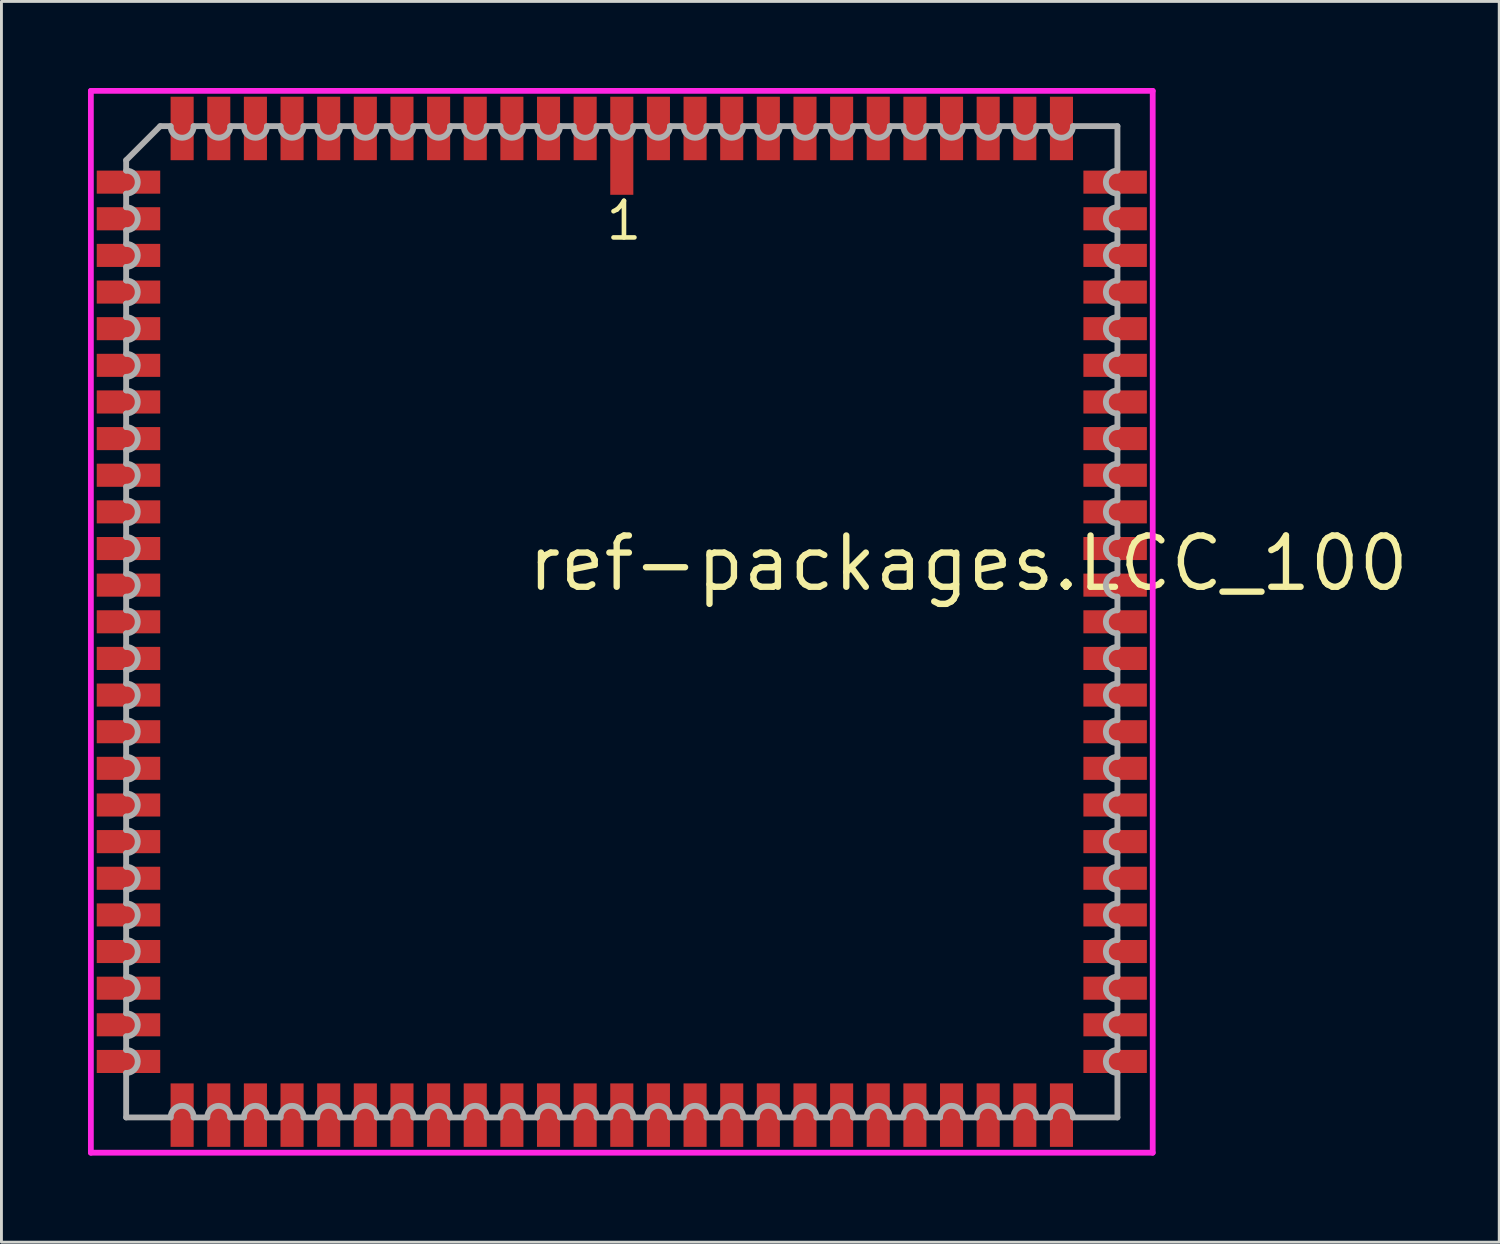
<source format=kicad_pcb>
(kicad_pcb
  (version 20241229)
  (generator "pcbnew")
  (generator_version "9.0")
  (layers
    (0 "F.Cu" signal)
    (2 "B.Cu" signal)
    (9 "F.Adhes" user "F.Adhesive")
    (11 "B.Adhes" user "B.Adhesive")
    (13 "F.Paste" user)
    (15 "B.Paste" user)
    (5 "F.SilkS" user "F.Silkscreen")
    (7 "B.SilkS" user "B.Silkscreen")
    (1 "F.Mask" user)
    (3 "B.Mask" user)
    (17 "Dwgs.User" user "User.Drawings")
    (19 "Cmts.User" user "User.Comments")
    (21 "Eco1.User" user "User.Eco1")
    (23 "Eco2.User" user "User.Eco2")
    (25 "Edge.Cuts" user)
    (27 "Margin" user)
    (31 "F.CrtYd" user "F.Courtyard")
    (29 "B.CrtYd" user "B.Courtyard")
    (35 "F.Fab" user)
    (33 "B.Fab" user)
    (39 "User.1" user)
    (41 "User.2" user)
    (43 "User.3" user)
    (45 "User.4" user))
  (footprint "ref-packages.LCC_100"
    (layer "F.Cu")
    (at 18.503 18.503)
    (property "Reference" "ref-packages.LCC_100" (at -3.37 -0.985 0) (layer "F.SilkS") (effects (font (size 1.778 1.778) (thickness 0.22)) (justify left bottom)))
    (attr smd)
    (fp_line (start -18.403 -18.403) (end 18.403 -18.403) (stroke (width 0.2) (type default)) (layer "F.CrtYd"))
    (fp_line (start -18.403 18.403) (end -18.403 -18.403) (stroke (width 0.2) (type default)) (layer "F.CrtYd"))
    (fp_line (start 18.403 -18.403) (end 18.403 18.403) (stroke (width 0.2) (type default)) (layer "F.CrtYd"))
    (fp_line (start 18.403 18.403) (end -18.403 18.403) (stroke (width 0.2) (type default)) (layer "F.CrtYd"))
    (fp_line (start -17.18 -16) (end -17.18 -15.64) (stroke (width 0.203) (type default)) (layer "F.Fab"))
    (fp_line (start -17.18 -14.84) (end -17.18 -14.37) (stroke (width 0.203) (type default)) (layer "F.Fab"))
    (fp_line (start -17.18 -13.57) (end -17.18 -13.1) (stroke (width 0.203) (type default)) (layer "F.Fab"))
    (fp_line (start -17.18 -12.3) (end -17.18 -11.83) (stroke (width 0.203) (type default)) (layer "F.Fab"))
    (fp_line (start -17.18 -11.03) (end -17.18 -10.56) (stroke (width 0.203) (type default)) (layer "F.Fab"))
    (fp_line (start -17.18 -9.76) (end -17.18 -9.29) (stroke (width 0.203) (type default)) (layer "F.Fab"))
    (fp_line (start -17.18 -8.49) (end -17.18 -8.02) (stroke (width 0.203) (type default)) (layer "F.Fab"))
    (fp_line (start -17.18 -7.22) (end -17.18 -6.75) (stroke (width 0.203) (type default)) (layer "F.Fab"))
    (fp_line (start -17.18 -5.95) (end -17.18 -5.48) (stroke (width 0.203) (type default)) (layer "F.Fab"))
    (fp_line (start -17.18 -4.68) (end -17.18 -4.21) (stroke (width 0.203) (type default)) (layer "F.Fab"))
    (fp_line (start -17.18 -3.41) (end -17.18 -2.94) (stroke (width 0.203) (type default)) (layer "F.Fab"))
    (fp_line (start -17.18 -2.14) (end -17.18 -1.67) (stroke (width 0.203) (type default)) (layer "F.Fab"))
    (fp_line (start -17.18 -0.87) (end -17.18 -0.4) (stroke (width 0.203) (type default)) (layer "F.Fab"))
    (fp_line (start -17.18 0.4) (end -17.18 0.87) (stroke (width 0.203) (type default)) (layer "F.Fab"))
    (fp_line (start -17.18 1.67) (end -17.18 2.14) (stroke (width 0.203) (type default)) (layer "F.Fab"))
    (fp_line (start -17.18 2.94) (end -17.18 3.41) (stroke (width 0.203) (type default)) (layer "F.Fab"))
    (fp_line (start -17.18 4.21) (end -17.18 4.68) (stroke (width 0.203) (type default)) (layer "F.Fab"))
    (fp_line (start -17.18 5.48) (end -17.18 5.95) (stroke (width 0.203) (type default)) (layer "F.Fab"))
    (fp_line (start -17.18 6.75) (end -17.18 7.22) (stroke (width 0.203) (type default)) (layer "F.Fab"))
    (fp_line (start -17.18 8.02) (end -17.18 8.49) (stroke (width 0.203) (type default)) (layer "F.Fab"))
    (fp_line (start -17.18 9.29) (end -17.18 9.76) (stroke (width 0.203) (type default)) (layer "F.Fab"))
    (fp_line (start -17.18 10.56) (end -17.18 11.03) (stroke (width 0.203) (type default)) (layer "F.Fab"))
    (fp_line (start -17.18 11.83) (end -17.18 12.3) (stroke (width 0.203) (type default)) (layer "F.Fab"))
    (fp_line (start -17.18 13.1) (end -17.18 13.57) (stroke (width 0.203) (type default)) (layer "F.Fab"))
    (fp_line (start -17.18 14.37) (end -17.18 14.84) (stroke (width 0.203) (type default)) (layer "F.Fab"))
    (fp_line (start -17.18 15.64) (end -17.18 17.18) (stroke (width 0.203) (type default)) (layer "F.Fab"))
    (fp_line (start -17.18 17.18) (end -15.64 17.18) (stroke (width 0.203) (type default)) (layer "F.Fab"))
    (fp_line (start -16 -17.18) (end -17.18 -16) (stroke (width 0.203) (type default)) (layer "F.Fab"))
    (fp_line (start -15.64 -17.18) (end -16 -17.18) (stroke (width 0.203) (type default)) (layer "F.Fab"))
    (fp_line (start -14.84 17.18) (end -14.37 17.18) (stroke (width 0.203) (type default)) (layer "F.Fab"))
    (fp_line (start -14.37 -17.18) (end -14.84 -17.18) (stroke (width 0.203) (type default)) (layer "F.Fab"))
    (fp_line (start -13.57 17.18) (end -13.1 17.18) (stroke (width 0.203) (type default)) (layer "F.Fab"))
    (fp_line (start -13.1 -17.18) (end -13.57 -17.18) (stroke (width 0.203) (type default)) (layer "F.Fab"))
    (fp_line (start -12.3 17.18) (end -11.83 17.18) (stroke (width 0.203) (type default)) (layer "F.Fab"))
    (fp_line (start -11.83 -17.18) (end -12.3 -17.18) (stroke (width 0.203) (type default)) (layer "F.Fab"))
    (fp_line (start -11.03 17.18) (end -10.56 17.18) (stroke (width 0.203) (type default)) (layer "F.Fab"))
    (fp_line (start -10.56 -17.18) (end -11.03 -17.18) (stroke (width 0.203) (type default)) (layer "F.Fab"))
    (fp_line (start -9.76 17.18) (end -9.29 17.18) (stroke (width 0.203) (type default)) (layer "F.Fab"))
    (fp_line (start -9.29 -17.18) (end -9.76 -17.18) (stroke (width 0.203) (type default)) (layer "F.Fab"))
    (fp_line (start -8.49 17.18) (end -8.02 17.18) (stroke (width 0.203) (type default)) (layer "F.Fab"))
    (fp_line (start -8.02 -17.18) (end -8.49 -17.18) (stroke (width 0.203) (type default)) (layer "F.Fab"))
    (fp_line (start -7.22 17.18) (end -6.75 17.18) (stroke (width 0.203) (type default)) (layer "F.Fab"))
    (fp_line (start -6.75 -17.18) (end -7.22 -17.18) (stroke (width 0.203) (type default)) (layer "F.Fab"))
    (fp_line (start -5.95 17.18) (end -5.48 17.18) (stroke (width 0.203) (type default)) (layer "F.Fab"))
    (fp_line (start -5.48 -17.18) (end -5.95 -17.18) (stroke (width 0.203) (type default)) (layer "F.Fab"))
    (fp_line (start -4.68 17.18) (end -4.21 17.18) (stroke (width 0.203) (type default)) (layer "F.Fab"))
    (fp_line (start -4.21 -17.18) (end -4.68 -17.18) (stroke (width 0.203) (type default)) (layer "F.Fab"))
    (fp_line (start -3.41 17.18) (end -2.94 17.18) (stroke (width 0.203) (type default)) (layer "F.Fab"))
    (fp_line (start -2.94 -17.18) (end -3.41 -17.18) (stroke (width 0.203) (type default)) (layer "F.Fab"))
    (fp_line (start -2.14 17.18) (end -1.67 17.18) (stroke (width 0.203) (type default)) (layer "F.Fab"))
    (fp_line (start -1.67 -17.18) (end -2.14 -17.18) (stroke (width 0.203) (type default)) (layer "F.Fab"))
    (fp_line (start -0.87 17.18) (end -0.4 17.18) (stroke (width 0.203) (type default)) (layer "F.Fab"))
    (fp_line (start -0.4 -17.18) (end -0.87 -17.18) (stroke (width 0.203) (type default)) (layer "F.Fab"))
    (fp_line (start 0.4 17.18) (end 0.87 17.18) (stroke (width 0.203) (type default)) (layer "F.Fab"))
    (fp_line (start 0.87 -17.18) (end 0.4 -17.18) (stroke (width 0.203) (type default)) (layer "F.Fab"))
    (fp_line (start 1.67 17.18) (end 2.14 17.18) (stroke (width 0.203) (type default)) (layer "F.Fab"))
    (fp_line (start 2.14 -17.18) (end 1.67 -17.18) (stroke (width 0.203) (type default)) (layer "F.Fab"))
    (fp_line (start 2.94 17.18) (end 3.41 17.18) (stroke (width 0.203) (type default)) (layer "F.Fab"))
    (fp_line (start 3.41 -17.18) (end 2.94 -17.18) (stroke (width 0.203) (type default)) (layer "F.Fab"))
    (fp_line (start 4.21 17.18) (end 4.68 17.18) (stroke (width 0.203) (type default)) (layer "F.Fab"))
    (fp_line (start 4.68 -17.18) (end 4.21 -17.18) (stroke (width 0.203) (type default)) (layer "F.Fab"))
    (fp_line (start 5.48 17.18) (end 5.95 17.18) (stroke (width 0.203) (type default)) (layer "F.Fab"))
    (fp_line (start 5.95 -17.18) (end 5.48 -17.18) (stroke (width 0.203) (type default)) (layer "F.Fab"))
    (fp_line (start 6.75 17.18) (end 7.22 17.18) (stroke (width 0.203) (type default)) (layer "F.Fab"))
    (fp_line (start 7.22 -17.18) (end 6.75 -17.18) (stroke (width 0.203) (type default)) (layer "F.Fab"))
    (fp_line (start 8.02 17.18) (end 8.49 17.18) (stroke (width 0.203) (type default)) (layer "F.Fab"))
    (fp_line (start 8.49 -17.18) (end 8.02 -17.18) (stroke (width 0.203) (type default)) (layer "F.Fab"))
    (fp_line (start 9.29 17.18) (end 9.76 17.18) (stroke (width 0.203) (type default)) (layer "F.Fab"))
    (fp_line (start 9.76 -17.18) (end 9.29 -17.18) (stroke (width 0.203) (type default)) (layer "F.Fab"))
    (fp_line (start 10.56 17.18) (end 11.03 17.18) (stroke (width 0.203) (type default)) (layer "F.Fab"))
    (fp_line (start 11.03 -17.18) (end 10.56 -17.18) (stroke (width 0.203) (type default)) (layer "F.Fab"))
    (fp_line (start 11.83 17.18) (end 12.3 17.18) (stroke (width 0.203) (type default)) (layer "F.Fab"))
    (fp_line (start 12.3 -17.18) (end 11.83 -17.18) (stroke (width 0.203) (type default)) (layer "F.Fab"))
    (fp_line (start 13.1 17.18) (end 13.57 17.18) (stroke (width 0.203) (type default)) (layer "F.Fab"))
    (fp_line (start 13.57 -17.18) (end 13.1 -17.18) (stroke (width 0.203) (type default)) (layer "F.Fab"))
    (fp_line (start 14.37 17.18) (end 14.84 17.18) (stroke (width 0.203) (type default)) (layer "F.Fab"))
    (fp_line (start 14.84 -17.18) (end 14.37 -17.18) (stroke (width 0.203) (type default)) (layer "F.Fab"))
    (fp_line (start 15.64 17.18) (end 17.18 17.18) (stroke (width 0.203) (type default)) (layer "F.Fab"))
    (fp_line (start 17.18 -17.18) (end 15.64 -17.18) (stroke (width 0.203) (type default)) (layer "F.Fab"))
    (fp_line (start 17.18 -15.64) (end 17.18 -17.18) (stroke (width 0.203) (type default)) (layer "F.Fab"))
    (fp_line (start 17.18 -14.37) (end 17.18 -14.84) (stroke (width 0.203) (type default)) (layer "F.Fab"))
    (fp_line (start 17.18 -13.1) (end 17.18 -13.57) (stroke (width 0.203) (type default)) (layer "F.Fab"))
    (fp_line (start 17.18 -11.83) (end 17.18 -12.3) (stroke (width 0.203) (type default)) (layer "F.Fab"))
    (fp_line (start 17.18 -10.56) (end 17.18 -11.03) (stroke (width 0.203) (type default)) (layer "F.Fab"))
    (fp_line (start 17.18 -9.29) (end 17.18 -9.76) (stroke (width 0.203) (type default)) (layer "F.Fab"))
    (fp_line (start 17.18 -8.02) (end 17.18 -8.49) (stroke (width 0.203) (type default)) (layer "F.Fab"))
    (fp_line (start 17.18 -6.75) (end 17.18 -7.22) (stroke (width 0.203) (type default)) (layer "F.Fab"))
    (fp_line (start 17.18 -5.48) (end 17.18 -5.95) (stroke (width 0.203) (type default)) (layer "F.Fab"))
    (fp_line (start 17.18 -4.21) (end 17.18 -4.68) (stroke (width 0.203) (type default)) (layer "F.Fab"))
    (fp_line (start 17.18 -2.94) (end 17.18 -3.41) (stroke (width 0.203) (type default)) (layer "F.Fab"))
    (fp_line (start 17.18 -1.67) (end 17.18 -2.14) (stroke (width 0.203) (type default)) (layer "F.Fab"))
    (fp_line (start 17.18 -0.4) (end 17.18 -0.87) (stroke (width 0.203) (type default)) (layer "F.Fab"))
    (fp_line (start 17.18 0.87) (end 17.18 0.4) (stroke (width 0.203) (type default)) (layer "F.Fab"))
    (fp_line (start 17.18 2.14) (end 17.18 1.67) (stroke (width 0.203) (type default)) (layer "F.Fab"))
    (fp_line (start 17.18 3.41) (end 17.18 2.94) (stroke (width 0.203) (type default)) (layer "F.Fab"))
    (fp_line (start 17.18 4.68) (end 17.18 4.21) (stroke (width 0.203) (type default)) (layer "F.Fab"))
    (fp_line (start 17.18 5.95) (end 17.18 5.48) (stroke (width 0.203) (type default)) (layer "F.Fab"))
    (fp_line (start 17.18 7.22) (end 17.18 6.75) (stroke (width 0.203) (type default)) (layer "F.Fab"))
    (fp_line (start 17.18 8.49) (end 17.18 8.02) (stroke (width 0.203) (type default)) (layer "F.Fab"))
    (fp_line (start 17.18 9.76) (end 17.18 9.29) (stroke (width 0.203) (type default)) (layer "F.Fab"))
    (fp_line (start 17.18 11.03) (end 17.18 10.56) (stroke (width 0.203) (type default)) (layer "F.Fab"))
    (fp_line (start 17.18 12.3) (end 17.18 11.83) (stroke (width 0.203) (type default)) (layer "F.Fab"))
    (fp_line (start 17.18 13.57) (end 17.18 13.1) (stroke (width 0.203) (type default)) (layer "F.Fab"))
    (fp_line (start 17.18 14.84) (end 17.18 14.37) (stroke (width 0.203) (type default)) (layer "F.Fab"))
    (fp_line (start 17.18 17.18) (end 17.18 15.64) (stroke (width 0.203) (type default)) (layer "F.Fab"))
    (fp_arc (start -17.1783 -15.64) (mid -16.7783 -15.24) (end -17.1783 -14.84) (stroke (width 0.2032) (type default)) (layer "F.Fab"))
    (fp_arc (start -17.1783 -14.37) (mid -16.7783 -13.97) (end -17.1783 -13.57) (stroke (width 0.2032) (type default)) (layer "F.Fab"))
    (fp_arc (start -17.1783 -13.1) (mid -16.7783 -12.7) (end -17.1783 -12.3) (stroke (width 0.2032) (type default)) (layer "F.Fab"))
    (fp_arc (start -17.1783 -11.83) (mid -16.7783 -11.43) (end -17.1783 -11.03) (stroke (width 0.2032) (type default)) (layer "F.Fab"))
    (fp_arc (start -17.1783 -10.56) (mid -16.7783 -10.16) (end -17.1783 -9.76) (stroke (width 0.2032) (type default)) (layer "F.Fab"))
    (fp_arc (start -17.1783 -9.29) (mid -16.7783 -8.89) (end -17.1783 -8.49) (stroke (width 0.2032) (type default)) (layer "F.Fab"))
    (fp_arc (start -17.1783 -8.02) (mid -16.7783 -7.62) (end -17.1783 -7.22) (stroke (width 0.2032) (type default)) (layer "F.Fab"))
    (fp_arc (start -17.1783 -6.75) (mid -16.7783 -6.35) (end -17.1783 -5.95) (stroke (width 0.2032) (type default)) (layer "F.Fab"))
    (fp_arc (start -17.1783 -5.48) (mid -16.7783 -5.08) (end -17.1783 -4.68) (stroke (width 0.2032) (type default)) (layer "F.Fab"))
    (fp_arc (start -17.1783 -4.21) (mid -16.7783 -3.81) (end -17.1783 -3.41) (stroke (width 0.2032) (type default)) (layer "F.Fab"))
    (fp_arc (start -17.1783 -2.94) (mid -16.7783 -2.54) (end -17.1783 -2.14) (stroke (width 0.2032) (type default)) (layer "F.Fab"))
    (fp_arc (start -17.1783 -1.67) (mid -16.7783 -1.27) (end -17.1783 -0.87) (stroke (width 0.2032) (type default)) (layer "F.Fab"))
    (fp_arc (start -17.1783 -0.4001) (mid -16.7782 0) (end -17.1783 0.4001) (stroke (width 0.2032) (type default)) (layer "F.Fab"))
    (fp_arc (start -17.1783 0.8699) (mid -16.7782 1.27) (end -17.1783 1.6701) (stroke (width 0.2032) (type default)) (layer "F.Fab"))
    (fp_arc (start -17.1783 2.1399) (mid -16.7782 2.54) (end -17.1783 2.9401) (stroke (width 0.2032) (type default)) (layer "F.Fab"))
    (fp_arc (start -17.1783 3.4099) (mid -16.7782 3.81) (end -17.1783 4.2101) (stroke (width 0.2032) (type default)) (layer "F.Fab"))
    (fp_arc (start -17.1783 4.6799) (mid -16.7782 5.08) (end -17.1783 5.4801) (stroke (width 0.2032) (type default)) (layer "F.Fab"))
    (fp_arc (start -17.1783 5.9499) (mid -16.7782 6.35) (end -17.1783 6.7501) (stroke (width 0.2032) (type default)) (layer "F.Fab"))
    (fp_arc (start -17.1783 7.2199) (mid -16.7782 7.62) (end -17.1783 8.0201) (stroke (width 0.2032) (type default)) (layer "F.Fab"))
    (fp_arc (start -17.1783 8.4899) (mid -16.7782 8.89) (end -17.1783 9.2901) (stroke (width 0.2032) (type default)) (layer "F.Fab"))
    (fp_arc (start -17.1783 9.7599) (mid -16.7782 10.16) (end -17.1783 10.5601) (stroke (width 0.2032) (type default)) (layer "F.Fab"))
    (fp_arc (start -17.1783 11.0299) (mid -16.7782 11.43) (end -17.1783 11.8301) (stroke (width 0.2032) (type default)) (layer "F.Fab"))
    (fp_arc (start -17.1783 12.2999) (mid -16.7782 12.7) (end -17.1783 13.1001) (stroke (width 0.2032) (type default)) (layer "F.Fab"))
    (fp_arc (start -17.1783 13.5699) (mid -16.7782 13.97) (end -17.1783 14.3701) (stroke (width 0.2032) (type default)) (layer "F.Fab"))
    (fp_arc (start -17.1783 14.8399) (mid -16.7782 15.24) (end -17.1783 15.6401) (stroke (width 0.2032) (type default)) (layer "F.Fab"))
    (fp_arc (start -15.6401 17.1783) (mid -15.24 16.7782) (end -14.8399 17.1783) (stroke (width 0.2032) (type default)) (layer "F.Fab"))
    (fp_arc (start -14.8399 -17.1783) (mid -15.24 -16.7782) (end -15.6401 -17.1783) (stroke (width 0.2032) (type default)) (layer "F.Fab"))
    (fp_arc (start -14.3701 17.1783) (mid -13.97 16.7782) (end -13.5699 17.1783) (stroke (width 0.2032) (type default)) (layer "F.Fab"))
    (fp_arc (start -13.5699 -17.1783) (mid -13.97 -16.7782) (end -14.3701 -17.1783) (stroke (width 0.2032) (type default)) (layer "F.Fab"))
    (fp_arc (start -13.1001 17.1783) (mid -12.7 16.7782) (end -12.2999 17.1783) (stroke (width 0.2032) (type default)) (layer "F.Fab"))
    (fp_arc (start -12.2999 -17.1783) (mid -12.7 -16.7782) (end -13.1001 -17.1783) (stroke (width 0.2032) (type default)) (layer "F.Fab"))
    (fp_arc (start -11.8301 17.1783) (mid -11.43 16.7782) (end -11.0299 17.1783) (stroke (width 0.2032) (type default)) (layer "F.Fab"))
    (fp_arc (start -11.0299 -17.1783) (mid -11.43 -16.7782) (end -11.8301 -17.1783) (stroke (width 0.2032) (type default)) (layer "F.Fab"))
    (fp_arc (start -10.5601 17.1783) (mid -10.16 16.7782) (end -9.7599 17.1783) (stroke (width 0.2032) (type default)) (layer "F.Fab"))
    (fp_arc (start -9.7599 -17.1783) (mid -10.16 -16.7782) (end -10.5601 -17.1783) (stroke (width 0.2032) (type default)) (layer "F.Fab"))
    (fp_arc (start -9.2901 17.1783) (mid -8.89 16.7782) (end -8.4899 17.1783) (stroke (width 0.2032) (type default)) (layer "F.Fab"))
    (fp_arc (start -8.4899 -17.1783) (mid -8.89 -16.7782) (end -9.2901 -17.1783) (stroke (width 0.2032) (type default)) (layer "F.Fab"))
    (fp_arc (start -8.0201 17.1783) (mid -7.62 16.7782) (end -7.2199 17.1783) (stroke (width 0.2032) (type default)) (layer "F.Fab"))
    (fp_arc (start -7.2199 -17.1783) (mid -7.62 -16.7782) (end -8.0201 -17.1783) (stroke (width 0.2032) (type default)) (layer "F.Fab"))
    (fp_arc (start -6.7501 17.1783) (mid -6.35 16.7782) (end -5.9499 17.1783) (stroke (width 0.2032) (type default)) (layer "F.Fab"))
    (fp_arc (start -5.9499 -17.1783) (mid -6.35 -16.7782) (end -6.7501 -17.1783) (stroke (width 0.2032) (type default)) (layer "F.Fab"))
    (fp_arc (start -5.4801 17.1783) (mid -5.08 16.7782) (end -4.6799 17.1783) (stroke (width 0.2032) (type default)) (layer "F.Fab"))
    (fp_arc (start -4.6799 -17.1783) (mid -5.08 -16.7782) (end -5.4801 -17.1783) (stroke (width 0.2032) (type default)) (layer "F.Fab"))
    (fp_arc (start -4.2101 17.1783) (mid -3.81 16.7782) (end -3.4099 17.1783) (stroke (width 0.2032) (type default)) (layer "F.Fab"))
    (fp_arc (start -3.4099 -17.1783) (mid -3.81 -16.7782) (end -4.2101 -17.1783) (stroke (width 0.2032) (type default)) (layer "F.Fab"))
    (fp_arc (start -2.9401 17.1783) (mid -2.54 16.7782) (end -2.1399 17.1783) (stroke (width 0.2032) (type default)) (layer "F.Fab"))
    (fp_arc (start -2.1399 -17.1783) (mid -2.54 -16.7782) (end -2.9401 -17.1783) (stroke (width 0.2032) (type default)) (layer "F.Fab"))
    (fp_arc (start -1.6701 17.1783) (mid -1.27 16.7782) (end -0.8699 17.1783) (stroke (width 0.2032) (type default)) (layer "F.Fab"))
    (fp_arc (start -0.8699 -17.1783) (mid -1.27 -16.7782) (end -1.6701 -17.1783) (stroke (width 0.2032) (type default)) (layer "F.Fab"))
    (fp_arc (start -0.4001 17.1783) (mid 0 16.7782) (end 0.4001 17.1783) (stroke (width 0.2032) (type default)) (layer "F.Fab"))
    (fp_arc (start 0.4001 -17.1783) (mid 0 -16.7782) (end -0.4001 -17.1783) (stroke (width 0.2032) (type default)) (layer "F.Fab"))
    (fp_arc (start 0.87 17.1783) (mid 1.27 16.7783) (end 1.67 17.1783) (stroke (width 0.2032) (type default)) (layer "F.Fab"))
    (fp_arc (start 1.67 -17.1783) (mid 1.27 -16.7783) (end 0.87 -17.1783) (stroke (width 0.2032) (type default)) (layer "F.Fab"))
    (fp_arc (start 2.14 17.1783) (mid 2.54 16.7783) (end 2.94 17.1783) (stroke (width 0.2032) (type default)) (layer "F.Fab"))
    (fp_arc (start 2.94 -17.1783) (mid 2.54 -16.7783) (end 2.14 -17.1783) (stroke (width 0.2032) (type default)) (layer "F.Fab"))
    (fp_arc (start 3.41 17.1783) (mid 3.81 16.7783) (end 4.21 17.1783) (stroke (width 0.2032) (type default)) (layer "F.Fab"))
    (fp_arc (start 4.21 -17.1783) (mid 3.81 -16.7783) (end 3.41 -17.1783) (stroke (width 0.2032) (type default)) (layer "F.Fab"))
    (fp_arc (start 4.68 17.1783) (mid 5.08 16.7783) (end 5.48 17.1783) (stroke (width 0.2032) (type default)) (layer "F.Fab"))
    (fp_arc (start 5.48 -17.1783) (mid 5.08 -16.7783) (end 4.68 -17.1783) (stroke (width 0.2032) (type default)) (layer "F.Fab"))
    (fp_arc (start 5.95 17.1783) (mid 6.35 16.7783) (end 6.75 17.1783) (stroke (width 0.2032) (type default)) (layer "F.Fab"))
    (fp_arc (start 6.75 -17.1783) (mid 6.35 -16.7783) (end 5.95 -17.1783) (stroke (width 0.2032) (type default)) (layer "F.Fab"))
    (fp_arc (start 7.22 17.1783) (mid 7.62 16.7783) (end 8.02 17.1783) (stroke (width 0.2032) (type default)) (layer "F.Fab"))
    (fp_arc (start 8.02 -17.1783) (mid 7.62 -16.7783) (end 7.22 -17.1783) (stroke (width 0.2032) (type default)) (layer "F.Fab"))
    (fp_arc (start 8.49 17.1783) (mid 8.89 16.7783) (end 9.29 17.1783) (stroke (width 0.2032) (type default)) (layer "F.Fab"))
    (fp_arc (start 9.29 -17.1783) (mid 8.89 -16.7783) (end 8.49 -17.1783) (stroke (width 0.2032) (type default)) (layer "F.Fab"))
    (fp_arc (start 9.76 17.1783) (mid 10.16 16.7783) (end 10.56 17.1783) (stroke (width 0.2032) (type default)) (layer "F.Fab"))
    (fp_arc (start 10.56 -17.1783) (mid 10.16 -16.7783) (end 9.76 -17.1783) (stroke (width 0.2032) (type default)) (layer "F.Fab"))
    (fp_arc (start 11.03 17.1783) (mid 11.43 16.7783) (end 11.83 17.1783) (stroke (width 0.2032) (type default)) (layer "F.Fab"))
    (fp_arc (start 11.83 -17.1783) (mid 11.43 -16.7783) (end 11.03 -17.1783) (stroke (width 0.2032) (type default)) (layer "F.Fab"))
    (fp_arc (start 12.3 17.1783) (mid 12.7 16.7783) (end 13.1 17.1783) (stroke (width 0.2032) (type default)) (layer "F.Fab"))
    (fp_arc (start 13.1 -17.1783) (mid 12.7 -16.7783) (end 12.3 -17.1783) (stroke (width 0.2032) (type default)) (layer "F.Fab"))
    (fp_arc (start 13.57 17.1783) (mid 13.97 16.7783) (end 14.37 17.1783) (stroke (width 0.2032) (type default)) (layer "F.Fab"))
    (fp_arc (start 14.37 -17.1783) (mid 13.97 -16.7783) (end 13.57 -17.1783) (stroke (width 0.2032) (type default)) (layer "F.Fab"))
    (fp_arc (start 14.84 17.1783) (mid 15.24 16.7783) (end 15.64 17.1783) (stroke (width 0.2032) (type default)) (layer "F.Fab"))
    (fp_arc (start 15.64 -17.1783) (mid 15.24 -16.7783) (end 14.84 -17.1783) (stroke (width 0.2032) (type default)) (layer "F.Fab"))
    (fp_arc (start 17.1783 -14.8399) (mid 16.7782 -15.24) (end 17.1783 -15.6401) (stroke (width 0.2032) (type default)) (layer "F.Fab"))
    (fp_arc (start 17.1783 -13.5699) (mid 16.7782 -13.97) (end 17.1783 -14.3701) (stroke (width 0.2032) (type default)) (layer "F.Fab"))
    (fp_arc (start 17.1783 -12.2999) (mid 16.7782 -12.7) (end 17.1783 -13.1001) (stroke (width 0.2032) (type default)) (layer "F.Fab"))
    (fp_arc (start 17.1783 -11.0299) (mid 16.7782 -11.43) (end 17.1783 -11.8301) (stroke (width 0.2032) (type default)) (layer "F.Fab"))
    (fp_arc (start 17.1783 -9.7599) (mid 16.7782 -10.16) (end 17.1783 -10.5601) (stroke (width 0.2032) (type default)) (layer "F.Fab"))
    (fp_arc (start 17.1783 -8.4899) (mid 16.7782 -8.89) (end 17.1783 -9.2901) (stroke (width 0.2032) (type default)) (layer "F.Fab"))
    (fp_arc (start 17.1783 -7.2199) (mid 16.7782 -7.62) (end 17.1783 -8.0201) (stroke (width 0.2032) (type default)) (layer "F.Fab"))
    (fp_arc (start 17.1783 -5.9499) (mid 16.7782 -6.35) (end 17.1783 -6.7501) (stroke (width 0.2032) (type default)) (layer "F.Fab"))
    (fp_arc (start 17.1783 -4.6799) (mid 16.7782 -5.08) (end 17.1783 -5.4801) (stroke (width 0.2032) (type default)) (layer "F.Fab"))
    (fp_arc (start 17.1783 -3.4099) (mid 16.7782 -3.81) (end 17.1783 -4.2101) (stroke (width 0.2032) (type default)) (layer "F.Fab"))
    (fp_arc (start 17.1783 -2.1399) (mid 16.7782 -2.54) (end 17.1783 -2.9401) (stroke (width 0.2032) (type default)) (layer "F.Fab"))
    (fp_arc (start 17.1783 -0.8699) (mid 16.7782 -1.27) (end 17.1783 -1.6701) (stroke (width 0.2032) (type default)) (layer "F.Fab"))
    (fp_arc (start 17.1783 0.4001) (mid 16.7782 0) (end 17.1783 -0.4001) (stroke (width 0.2032) (type default)) (layer "F.Fab"))
    (fp_arc (start 17.1783 1.67) (mid 16.7783 1.27) (end 17.1783 0.87) (stroke (width 0.2032) (type default)) (layer "F.Fab"))
    (fp_arc (start 17.1783 2.9401) (mid 16.7782 2.54) (end 17.1783 2.1399) (stroke (width 0.2032) (type default)) (layer "F.Fab"))
    (fp_arc (start 17.1783 4.2101) (mid 16.7782 3.81) (end 17.1783 3.4099) (stroke (width 0.2032) (type default)) (layer "F.Fab"))
    (fp_arc (start 17.1783 5.4801) (mid 16.7782 5.08) (end 17.1783 4.6799) (stroke (width 0.2032) (type default)) (layer "F.Fab"))
    (fp_arc (start 17.1783 6.7501) (mid 16.7782 6.35) (end 17.1783 5.9499) (stroke (width 0.2032) (type default)) (layer "F.Fab"))
    (fp_arc (start 17.1783 8.02) (mid 16.7783 7.62) (end 17.1783 7.22) (stroke (width 0.2032) (type default)) (layer "F.Fab"))
    (fp_arc (start 17.1783 9.29) (mid 16.7783 8.89) (end 17.1783 8.49) (stroke (width 0.2032) (type default)) (layer "F.Fab"))
    (fp_arc (start 17.1783 10.56) (mid 16.7783 10.16) (end 17.1783 9.76) (stroke (width 0.2032) (type default)) (layer "F.Fab"))
    (fp_arc (start 17.1783 11.83) (mid 16.7783 11.43) (end 17.1783 11.03) (stroke (width 0.2032) (type default)) (layer "F.Fab"))
    (fp_arc (start 17.1783 13.1) (mid 16.7783 12.7) (end 17.1783 12.3) (stroke (width 0.2032) (type default)) (layer "F.Fab"))
    (fp_arc (start 17.1783 14.37) (mid 16.7783 13.97) (end 17.1783 13.57) (stroke (width 0.2032) (type default)) (layer "F.Fab"))
    (fp_arc (start 17.1783 15.64) (mid 16.7783 15.24) (end 17.1783 14.84) (stroke (width 0.2032) (type default)) (layer "F.Fab"))
    (fp_text user "1" (at -0.635 -13.16 0) (layer "F.SilkS") (effects (font (size 1.27 1.27) (thickness 0.16)) (justify left bottom)))
    (pad "1" smd roundrect (at 0 -16.5) (size 0.8 3.4) (layers "F.Cu" "F.Mask" "F.Paste") (roundrect_rratio 0.01))
    (pad "2" smd roundrect (at -1.27 -17.1) (size 0.8 2.2) (layers "F.Cu" "F.Mask" "F.Paste") (roundrect_rratio 0.01))
    (pad "3" smd roundrect (at -2.54 -17.1) (size 0.8 2.2) (layers "F.Cu" "F.Mask" "F.Paste") (roundrect_rratio 0.01))
    (pad "4" smd roundrect (at -3.81 -17.1) (size 0.8 2.2) (layers "F.Cu" "F.Mask" "F.Paste") (roundrect_rratio 0.01))
    (pad "5" smd roundrect (at -5.08 -17.1) (size 0.8 2.2) (layers "F.Cu" "F.Mask" "F.Paste") (roundrect_rratio 0.01))
    (pad "6" smd roundrect (at -6.35 -17.1) (size 0.8 2.2) (layers "F.Cu" "F.Mask" "F.Paste") (roundrect_rratio 0.01))
    (pad "7" smd roundrect (at -7.62 -17.1) (size 0.8 2.2) (layers "F.Cu" "F.Mask" "F.Paste") (roundrect_rratio 0.01))
    (pad "8" smd roundrect (at -8.89 -17.1) (size 0.8 2.2) (layers "F.Cu" "F.Mask" "F.Paste") (roundrect_rratio 0.01))
    (pad "9" smd roundrect (at -10.16 -17.1) (size 0.8 2.2) (layers "F.Cu" "F.Mask" "F.Paste") (roundrect_rratio 0.01))
    (pad "10" smd roundrect (at -11.43 -17.1) (size 0.8 2.2) (layers "F.Cu" "F.Mask" "F.Paste") (roundrect_rratio 0.01))
    (pad "11" smd roundrect (at -12.7 -17.1) (size 0.8 2.2) (layers "F.Cu" "F.Mask" "F.Paste") (roundrect_rratio 0.01))
    (pad "12" smd roundrect (at -13.97 -17.1) (size 0.8 2.2) (layers "F.Cu" "F.Mask" "F.Paste") (roundrect_rratio 0.01))
    (pad "13" smd roundrect (at -15.24 -17.1) (size 0.8 2.2) (layers "F.Cu" "F.Mask" "F.Paste") (roundrect_rratio 0.01))
    (pad "14" smd roundrect (at -17.1 -15.24) (size 2.2 0.8) (layers "F.Cu" "F.Mask" "F.Paste") (roundrect_rratio 0.01))
    (pad "15" smd roundrect (at -17.1 -13.97) (size 2.2 0.8) (layers "F.Cu" "F.Mask" "F.Paste") (roundrect_rratio 0.01))
    (pad "16" smd roundrect (at -17.1 -12.7) (size 2.2 0.8) (layers "F.Cu" "F.Mask" "F.Paste") (roundrect_rratio 0.01))
    (pad "17" smd roundrect (at -17.1 -11.43) (size 2.2 0.8) (layers "F.Cu" "F.Mask" "F.Paste") (roundrect_rratio 0.01))
    (pad "18" smd roundrect (at -17.1 -10.16) (size 2.2 0.8) (layers "F.Cu" "F.Mask" "F.Paste") (roundrect_rratio 0.01))
    (pad "19" smd roundrect (at -17.1 -8.89) (size 2.2 0.8) (layers "F.Cu" "F.Mask" "F.Paste") (roundrect_rratio 0.01))
    (pad "20" smd roundrect (at -17.1 -7.62) (size 2.2 0.8) (layers "F.Cu" "F.Mask" "F.Paste") (roundrect_rratio 0.01))
    (pad "21" smd roundrect (at -17.1 -6.35) (size 2.2 0.8) (layers "F.Cu" "F.Mask" "F.Paste") (roundrect_rratio 0.01))
    (pad "22" smd roundrect (at -17.1 -5.08) (size 2.2 0.8) (layers "F.Cu" "F.Mask" "F.Paste") (roundrect_rratio 0.01))
    (pad "23" smd roundrect (at -17.1 -3.81) (size 2.2 0.8) (layers "F.Cu" "F.Mask" "F.Paste") (roundrect_rratio 0.01))
    (pad "24" smd roundrect (at -17.1 -2.54) (size 2.2 0.8) (layers "F.Cu" "F.Mask" "F.Paste") (roundrect_rratio 0.01))
    (pad "25" smd roundrect (at -17.1 -1.27) (size 2.2 0.8) (layers "F.Cu" "F.Mask" "F.Paste") (roundrect_rratio 0.01))
    (pad "26" smd roundrect (at -17.1 0) (size 2.2 0.8) (layers "F.Cu" "F.Mask" "F.Paste") (roundrect_rratio 0.01))
    (pad "27" smd roundrect (at -17.1 1.27) (size 2.2 0.8) (layers "F.Cu" "F.Mask" "F.Paste") (roundrect_rratio 0.01))
    (pad "28" smd roundrect (at -17.1 2.54) (size 2.2 0.8) (layers "F.Cu" "F.Mask" "F.Paste") (roundrect_rratio 0.01))
    (pad "29" smd roundrect (at -17.1 3.81) (size 2.2 0.8) (layers "F.Cu" "F.Mask" "F.Paste") (roundrect_rratio 0.01))
    (pad "30" smd roundrect (at -17.1 5.08) (size 2.2 0.8) (layers "F.Cu" "F.Mask" "F.Paste") (roundrect_rratio 0.01))
    (pad "31" smd roundrect (at -17.1 6.35) (size 2.2 0.8) (layers "F.Cu" "F.Mask" "F.Paste") (roundrect_rratio 0.01))
    (pad "32" smd roundrect (at -17.1 7.62) (size 2.2 0.8) (layers "F.Cu" "F.Mask" "F.Paste") (roundrect_rratio 0.01))
    (pad "33" smd roundrect (at -17.1 8.89) (size 2.2 0.8) (layers "F.Cu" "F.Mask" "F.Paste") (roundrect_rratio 0.01))
    (pad "34" smd roundrect (at -17.1 10.16) (size 2.2 0.8) (layers "F.Cu" "F.Mask" "F.Paste") (roundrect_rratio 0.01))
    (pad "35" smd roundrect (at -17.1 11.43) (size 2.2 0.8) (layers "F.Cu" "F.Mask" "F.Paste") (roundrect_rratio 0.01))
    (pad "36" smd roundrect (at -17.1 12.7) (size 2.2 0.8) (layers "F.Cu" "F.Mask" "F.Paste") (roundrect_rratio 0.01))
    (pad "37" smd roundrect (at -17.1 13.97) (size 2.2 0.8) (layers "F.Cu" "F.Mask" "F.Paste") (roundrect_rratio 0.01))
    (pad "38" smd roundrect (at -17.1 15.24) (size 2.2 0.8) (layers "F.Cu" "F.Mask" "F.Paste") (roundrect_rratio 0.01))
    (pad "39" smd roundrect (at -15.24 17.1) (size 0.8 2.2) (layers "F.Cu" "F.Mask" "F.Paste") (roundrect_rratio 0.01))
    (pad "40" smd roundrect (at -13.97 17.1) (size 0.8 2.2) (layers "F.Cu" "F.Mask" "F.Paste") (roundrect_rratio 0.01))
    (pad "41" smd roundrect (at -12.7 17.1) (size 0.8 2.2) (layers "F.Cu" "F.Mask" "F.Paste") (roundrect_rratio 0.01))
    (pad "42" smd roundrect (at -11.43 17.1) (size 0.8 2.2) (layers "F.Cu" "F.Mask" "F.Paste") (roundrect_rratio 0.01))
    (pad "43" smd roundrect (at -10.16 17.1) (size 0.8 2.2) (layers "F.Cu" "F.Mask" "F.Paste") (roundrect_rratio 0.01))
    (pad "44" smd roundrect (at -8.89 17.1) (size 0.8 2.2) (layers "F.Cu" "F.Mask" "F.Paste") (roundrect_rratio 0.01))
    (pad "45" smd roundrect (at -7.62 17.1) (size 0.8 2.2) (layers "F.Cu" "F.Mask" "F.Paste") (roundrect_rratio 0.01))
    (pad "46" smd roundrect (at -6.35 17.1) (size 0.8 2.2) (layers "F.Cu" "F.Mask" "F.Paste") (roundrect_rratio 0.01))
    (pad "47" smd roundrect (at -5.08 17.1) (size 0.8 2.2) (layers "F.Cu" "F.Mask" "F.Paste") (roundrect_rratio 0.01))
    (pad "48" smd roundrect (at -3.81 17.1) (size 0.8 2.2) (layers "F.Cu" "F.Mask" "F.Paste") (roundrect_rratio 0.01))
    (pad "49" smd roundrect (at -2.54 17.1) (size 0.8 2.2) (layers "F.Cu" "F.Mask" "F.Paste") (roundrect_rratio 0.01))
    (pad "50" smd roundrect (at -1.27 17.1) (size 0.8 2.2) (layers "F.Cu" "F.Mask" "F.Paste") (roundrect_rratio 0.01))
    (pad "51" smd roundrect (at 0 17.1) (size 0.8 2.2) (layers "F.Cu" "F.Mask" "F.Paste") (roundrect_rratio 0.01))
    (pad "52" smd roundrect (at 1.27 17.1) (size 0.8 2.2) (layers "F.Cu" "F.Mask" "F.Paste") (roundrect_rratio 0.01))
    (pad "53" smd roundrect (at 2.54 17.1) (size 0.8 2.2) (layers "F.Cu" "F.Mask" "F.Paste") (roundrect_rratio 0.01))
    (pad "54" smd roundrect (at 3.81 17.1) (size 0.8 2.2) (layers "F.Cu" "F.Mask" "F.Paste") (roundrect_rratio 0.01))
    (pad "55" smd roundrect (at 5.08 17.1) (size 0.8 2.2) (layers "F.Cu" "F.Mask" "F.Paste") (roundrect_rratio 0.01))
    (pad "56" smd roundrect (at 6.35 17.1) (size 0.8 2.2) (layers "F.Cu" "F.Mask" "F.Paste") (roundrect_rratio 0.01))
    (pad "57" smd roundrect (at 7.62 17.1) (size 0.8 2.2) (layers "F.Cu" "F.Mask" "F.Paste") (roundrect_rratio 0.01))
    (pad "58" smd roundrect (at 8.89 17.1) (size 0.8 2.2) (layers "F.Cu" "F.Mask" "F.Paste") (roundrect_rratio 0.01))
    (pad "59" smd roundrect (at 10.16 17.1) (size 0.8 2.2) (layers "F.Cu" "F.Mask" "F.Paste") (roundrect_rratio 0.01))
    (pad "60" smd roundrect (at 11.43 17.1) (size 0.8 2.2) (layers "F.Cu" "F.Mask" "F.Paste") (roundrect_rratio 0.01))
    (pad "61" smd roundrect (at 12.7 17.1) (size 0.8 2.2) (layers "F.Cu" "F.Mask" "F.Paste") (roundrect_rratio 0.01))
    (pad "62" smd roundrect (at 13.97 17.1) (size 0.8 2.2) (layers "F.Cu" "F.Mask" "F.Paste") (roundrect_rratio 0.01))
    (pad "63" smd roundrect (at 15.24 17.1) (size 0.8 2.2) (layers "F.Cu" "F.Mask" "F.Paste") (roundrect_rratio 0.01))
    (pad "64" smd roundrect (at 17.1 15.24) (size 2.2 0.8) (layers "F.Cu" "F.Mask" "F.Paste") (roundrect_rratio 0.01))
    (pad "65" smd roundrect (at 17.1 13.97) (size 2.2 0.8) (layers "F.Cu" "F.Mask" "F.Paste") (roundrect_rratio 0.01))
    (pad "66" smd roundrect (at 17.1 12.7) (size 2.2 0.8) (layers "F.Cu" "F.Mask" "F.Paste") (roundrect_rratio 0.01))
    (pad "67" smd roundrect (at 17.1 11.43) (size 2.2 0.8) (layers "F.Cu" "F.Mask" "F.Paste") (roundrect_rratio 0.01))
    (pad "68" smd roundrect (at 17.1 10.16) (size 2.2 0.8) (layers "F.Cu" "F.Mask" "F.Paste") (roundrect_rratio 0.01))
    (pad "69" smd roundrect (at 17.1 8.89) (size 2.2 0.8) (layers "F.Cu" "F.Mask" "F.Paste") (roundrect_rratio 0.01))
    (pad "70" smd roundrect (at 17.1 7.62) (size 2.2 0.8) (layers "F.Cu" "F.Mask" "F.Paste") (roundrect_rratio 0.01))
    (pad "71" smd roundrect (at 17.1 6.35) (size 2.2 0.8) (layers "F.Cu" "F.Mask" "F.Paste") (roundrect_rratio 0.01))
    (pad "72" smd roundrect (at 17.1 5.08) (size 2.2 0.8) (layers "F.Cu" "F.Mask" "F.Paste") (roundrect_rratio 0.01))
    (pad "73" smd roundrect (at 17.1 3.81) (size 2.2 0.8) (layers "F.Cu" "F.Mask" "F.Paste") (roundrect_rratio 0.01))
    (pad "74" smd roundrect (at 17.1 2.54) (size 2.2 0.8) (layers "F.Cu" "F.Mask" "F.Paste") (roundrect_rratio 0.01))
    (pad "75" smd roundrect (at 17.1 1.27) (size 2.2 0.8) (layers "F.Cu" "F.Mask" "F.Paste") (roundrect_rratio 0.01))
    (pad "76" smd roundrect (at 17.1 0) (size 2.2 0.8) (layers "F.Cu" "F.Mask" "F.Paste") (roundrect_rratio 0.01))
    (pad "77" smd roundrect (at 17.1 -1.27) (size 2.2 0.8) (layers "F.Cu" "F.Mask" "F.Paste") (roundrect_rratio 0.01))
    (pad "78" smd roundrect (at 17.1 -2.54) (size 2.2 0.8) (layers "F.Cu" "F.Mask" "F.Paste") (roundrect_rratio 0.01))
    (pad "79" smd roundrect (at 17.1 -3.81) (size 2.2 0.8) (layers "F.Cu" "F.Mask" "F.Paste") (roundrect_rratio 0.01))
    (pad "80" smd roundrect (at 17.1 -5.08) (size 2.2 0.8) (layers "F.Cu" "F.Mask" "F.Paste") (roundrect_rratio 0.01))
    (pad "81" smd roundrect (at 17.1 -6.35) (size 2.2 0.8) (layers "F.Cu" "F.Mask" "F.Paste") (roundrect_rratio 0.01))
    (pad "82" smd roundrect (at 17.1 -7.62) (size 2.2 0.8) (layers "F.Cu" "F.Mask" "F.Paste") (roundrect_rratio 0.01))
    (pad "83" smd roundrect (at 17.1 -8.89) (size 2.2 0.8) (layers "F.Cu" "F.Mask" "F.Paste") (roundrect_rratio 0.01))
    (pad "84" smd roundrect (at 17.1 -10.16) (size 2.2 0.8) (layers "F.Cu" "F.Mask" "F.Paste") (roundrect_rratio 0.01))
    (pad "85" smd roundrect (at 17.1 -11.43) (size 2.2 0.8) (layers "F.Cu" "F.Mask" "F.Paste") (roundrect_rratio 0.01))
    (pad "86" smd roundrect (at 17.1 -12.7) (size 2.2 0.8) (layers "F.Cu" "F.Mask" "F.Paste") (roundrect_rratio 0.01))
    (pad "87" smd roundrect (at 17.1 -13.97) (size 2.2 0.8) (layers "F.Cu" "F.Mask" "F.Paste") (roundrect_rratio 0.01))
    (pad "88" smd roundrect (at 17.1 -15.24) (size 2.2 0.8) (layers "F.Cu" "F.Mask" "F.Paste") (roundrect_rratio 0.01))
    (pad "89" smd roundrect (at 15.24 -17.1) (size 0.8 2.2) (layers "F.Cu" "F.Mask" "F.Paste") (roundrect_rratio 0.01))
    (pad "90" smd roundrect (at 13.97 -17.1) (size 0.8 2.2) (layers "F.Cu" "F.Mask" "F.Paste") (roundrect_rratio 0.01))
    (pad "91" smd roundrect (at 12.7 -17.1) (size 0.8 2.2) (layers "F.Cu" "F.Mask" "F.Paste") (roundrect_rratio 0.01))
    (pad "92" smd roundrect (at 11.43 -17.1) (size 0.8 2.2) (layers "F.Cu" "F.Mask" "F.Paste") (roundrect_rratio 0.01))
    (pad "93" smd roundrect (at 10.16 -17.1) (size 0.8 2.2) (layers "F.Cu" "F.Mask" "F.Paste") (roundrect_rratio 0.01))
    (pad "94" smd roundrect (at 8.89 -17.1) (size 0.8 2.2) (layers "F.Cu" "F.Mask" "F.Paste") (roundrect_rratio 0.01))
    (pad "95" smd roundrect (at 7.62 -17.1) (size 0.8 2.2) (layers "F.Cu" "F.Mask" "F.Paste") (roundrect_rratio 0.01))
    (pad "96" smd roundrect (at 6.35 -17.1) (size 0.8 2.2) (layers "F.Cu" "F.Mask" "F.Paste") (roundrect_rratio 0.01))
    (pad "97" smd roundrect (at 5.08 -17.1) (size 0.8 2.2) (layers "F.Cu" "F.Mask" "F.Paste") (roundrect_rratio 0.01))
    (pad "98" smd roundrect (at 3.81 -17.1) (size 0.8 2.2) (layers "F.Cu" "F.Mask" "F.Paste") (roundrect_rratio 0.01))
    (pad "99" smd roundrect (at 2.54 -17.1) (size 0.8 2.2) (layers "F.Cu" "F.Mask" "F.Paste") (roundrect_rratio 0.01))
    (pad "100" smd roundrect (at 1.27 -17.1) (size 0.8 2.2) (layers "F.Cu" "F.Mask" "F.Paste") (roundrect_rratio 0.01)))
  (gr_rect
    (start -3 -3)
    (end 48.917 40.006)
    (stroke (width 0.1) (type default))
    (fill no)
    (layer "Edge.Cuts")))
</source>
